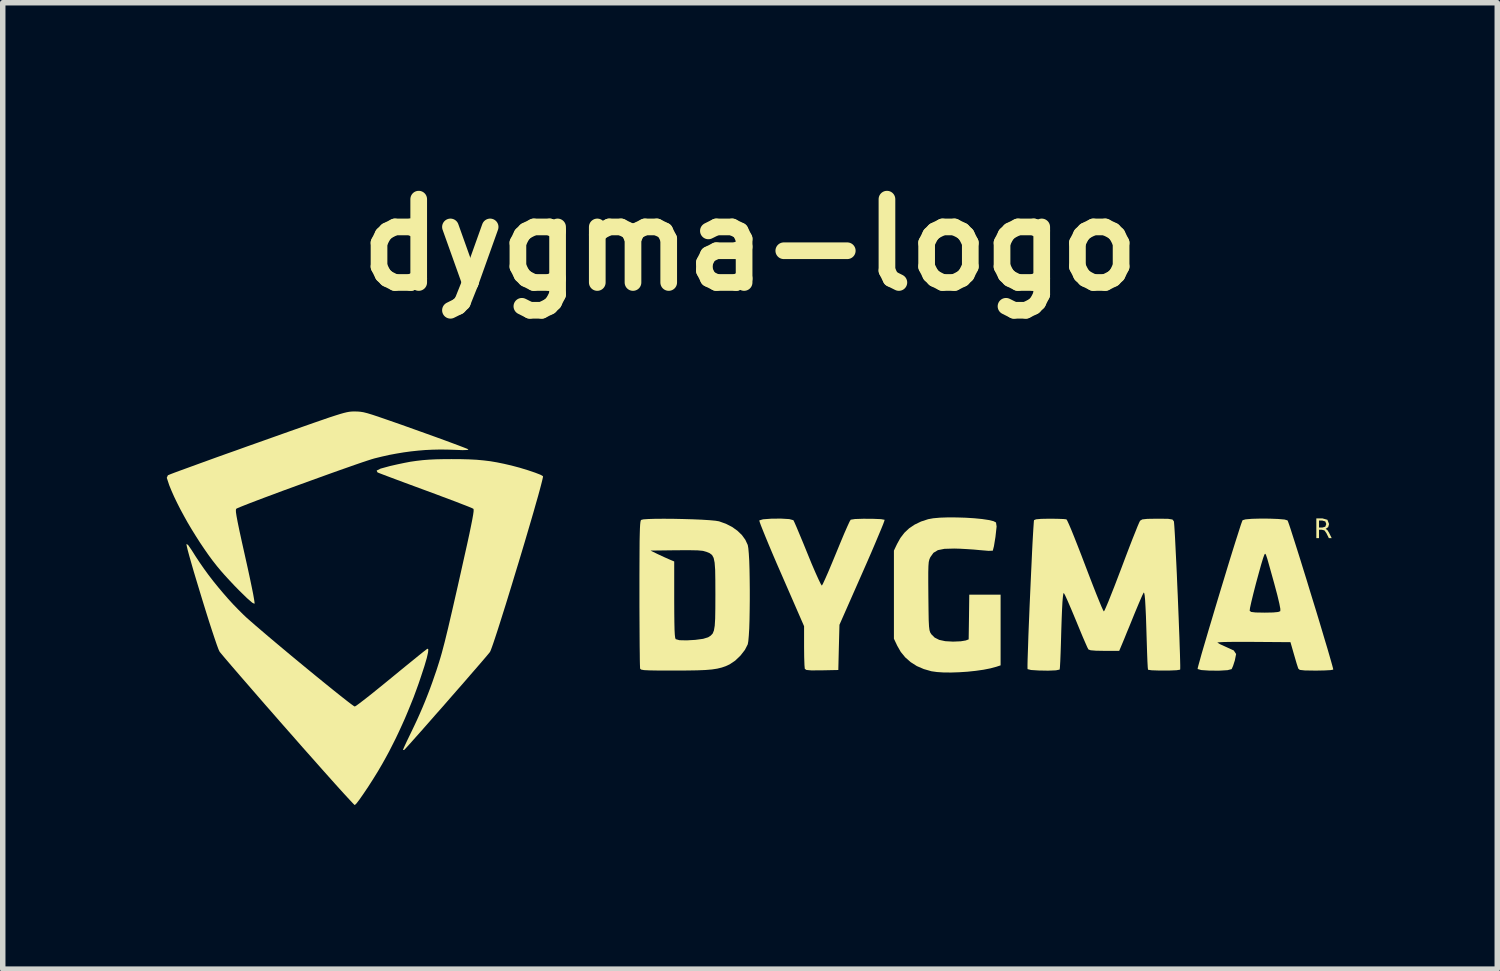
<source format=kicad_pcb>
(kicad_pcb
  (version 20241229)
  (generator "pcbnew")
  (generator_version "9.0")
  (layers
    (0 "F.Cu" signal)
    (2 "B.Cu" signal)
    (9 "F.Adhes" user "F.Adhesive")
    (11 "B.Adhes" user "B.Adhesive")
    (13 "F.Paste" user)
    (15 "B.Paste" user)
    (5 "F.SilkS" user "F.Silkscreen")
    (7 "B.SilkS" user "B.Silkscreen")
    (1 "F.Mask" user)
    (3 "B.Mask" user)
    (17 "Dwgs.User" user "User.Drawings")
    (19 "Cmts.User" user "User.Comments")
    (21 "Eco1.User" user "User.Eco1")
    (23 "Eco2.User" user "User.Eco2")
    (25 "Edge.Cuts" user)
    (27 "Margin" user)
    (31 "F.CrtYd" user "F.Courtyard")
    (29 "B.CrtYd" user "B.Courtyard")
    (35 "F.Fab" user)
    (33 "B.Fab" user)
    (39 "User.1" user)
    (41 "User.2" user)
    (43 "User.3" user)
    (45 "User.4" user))
  (footprint "dygma-logo"
    (layer "F.Cu")
    (at 10.667 8.074)
    (property "Reference" "dygma-logo" (at 0 -6.647 0) (layer "F.SilkS") (effects (font (size 1.524 1.524) (thickness 0.305))))
    (attr smd)
    (fp_poly (pts (xy 10.527 -1.452) (xy 10.405 -1.476) (xy 10.466 -1.476) (xy 10.52 -1.492) (xy 10.538 -1.54) (xy 10.52 -1.588) (xy 10.466 -1.604) (xy 10.405 -1.604) (xy 10.405 -1.604) (xy 10.405 -1.476) (xy 10.527 -1.452) (xy 10.558 -1.43) (xy 10.588 -1.382) (xy 10.637 -1.283) (xy 10.585 -1.283) (xy 10.539 -1.376) (xy 10.504 -1.424) (xy 10.458 -1.436) (xy 10.405 -1.436) (xy 10.405 -1.283) (xy 10.356 -1.283) (xy 10.356 -1.644) (xy 10.466 -1.644) (xy 10.559 -1.618) (xy 10.589 -1.54) (xy 10.573 -1.484) (xy 10.527 -1.452)) (stroke (width 0) (type solid)) (fill yes) (layer "F.SilkS"))
    (fp_poly (pts (xy 1.001 1.107) (xy 0.995 1.038) (xy 0.99 0.892) (xy 0.988 0.7) (xy 0.988 0.328) (xy 0.573 -0.624) (xy 0.489 -0.816) (xy 0.412 -0.996) (xy 0.343 -1.16) (xy 0.283 -1.305) (xy 0.234 -1.426) (xy 0.197 -1.519) (xy 0.175 -1.581) (xy 0.169 -1.607) (xy 0.237 -1.627) (xy 0.386 -1.638) (xy 0.563 -1.64) (xy 0.716 -1.631) (xy 0.792 -1.611) (xy 0.811 -1.573) (xy 0.851 -1.482) (xy 0.907 -1.348) (xy 0.976 -1.183) (xy 1.052 -0.996) (xy 1.128 -0.81) (xy 1.197 -0.65) (xy 1.254 -0.524) (xy 1.294 -0.442) (xy 1.313 -0.414) (xy 1.332 -0.447) (xy 1.372 -0.533) (xy 1.429 -0.662) (xy 1.498 -0.826) (xy 1.575 -1.012) (xy 1.652 -1.199) (xy 1.721 -1.364) (xy 1.779 -1.496) (xy 1.82 -1.585) (xy 1.841 -1.62) (xy 1.919 -1.632) (xy 2.071 -1.637) (xy 2.247 -1.636) (xy 2.394 -1.63) (xy 2.461 -1.618) (xy 2.455 -1.595) (xy 2.433 -1.535) (xy 2.396 -1.444) (xy 2.346 -1.325) (xy 2.286 -1.182) (xy 2.216 -1.018) (xy 2.138 -0.839) (xy 2.054 -0.648) (xy 1.635 0.302) (xy 1.624 0.716) (xy 1.614 1.129) (xy 1.314 1.135) (xy 1.12 1.136) (xy 1.03 1.128) (xy 1.001 1.107) (xy 1.001 1.107)) (stroke (width 0) (type solid)) (fill yes) (layer "F.SilkS"))
    (fp_poly (pts (xy 3.318 1.152) (xy 3.178 1.112) (xy 3.05 1.057) (xy 2.937 0.985) (xy 2.838 0.898) (xy 2.756 0.798) (xy 2.691 0.684) (xy 2.631 0.557) (xy 2.631 -0.249) (xy 2.631 -1.055) (xy 2.688 -1.175) (xy 2.749 -1.285) (xy 2.822 -1.38) (xy 2.909 -1.462) (xy 3.01 -1.53) (xy 3.126 -1.586) (xy 3.257 -1.629) (xy 3.35 -1.646) (xy 3.475 -1.657) (xy 3.621 -1.662) (xy 3.78 -1.661) (xy 3.943 -1.656) (xy 4.101 -1.646) (xy 4.244 -1.632) (xy 4.364 -1.614) (xy 4.452 -1.593) (xy 4.498 -1.569) (xy 4.509 -1.495) (xy 4.488 -1.305) (xy 4.46 -1.134) (xy 4.439 -1.053) (xy 4.362 -1.05) (xy 4.196 -1.064) (xy 4.089 -1.074) (xy 3.966 -1.082) (xy 3.842 -1.089) (xy 3.734 -1.092) (xy 3.556 -1.087) (xy 3.435 -1.063) (xy 3.354 -1.014) (xy 3.297 -0.934) (xy 3.28 -0.895) (xy 3.268 -0.846) (xy 3.262 -0.771) (xy 3.259 -0.653) (xy 3.259 -0.475) (xy 3.261 -0.221) (xy 3.264 0.038) (xy 3.267 0.217) (xy 3.273 0.332) (xy 3.282 0.402) (xy 3.295 0.443) (xy 3.315 0.475) (xy 3.376 0.536) (xy 3.459 0.578) (xy 3.57 0.602) (xy 3.712 0.61) (xy 3.854 0.604) (xy 3.944 0.589) (xy 3.998 0.569) (xy 4.004 0.16) (xy 4.009 -0.249) (xy 4.296 -0.249) (xy 4.582 -0.249) (xy 4.582 0.397) (xy 4.582 1.044) (xy 4.5 1.071) (xy 4.395 1.099) (xy 4.269 1.124) (xy 4.128 1.144) (xy 3.978 1.16) (xy 3.826 1.17) (xy 3.678 1.175) (xy 3.539 1.174) (xy 3.418 1.166) (xy 3.318 1.152) (xy 3.318 1.152)) (stroke (width 0) (type solid)) (fill yes) (layer "F.SilkS"))
    (fp_poly (pts (xy 9.697 0.053) (xy 8.293 0.714) (xy 8.337 0.565) (xy 8.385 0.401) (xy 8.438 0.225) (xy 8.493 0.04) (xy 8.55 -0.15) (xy 8.608 -0.342) (xy 8.666 -0.532) (xy 8.722 -0.717) (xy 8.776 -0.894) (xy 8.827 -1.058) (xy 8.874 -1.208) (xy 8.916 -1.339) (xy 8.951 -1.449) (xy 8.978 -1.533) (xy 8.998 -1.588) (xy 9.008 -1.611) (xy 9.062 -1.626) (xy 9.179 -1.636) (xy 9.334 -1.64) (xy 9.502 -1.639) (xy 9.657 -1.633) (xy 9.774 -1.623) (xy 9.829 -1.607) (xy 9.839 -1.584) (xy 9.859 -1.528) (xy 9.887 -1.444) (xy 9.922 -1.334) (xy 9.964 -1.203) (xy 10.012 -1.052) (xy 10.064 -0.887) (xy 10.119 -0.709) (xy 10.177 -0.523) (xy 10.235 -0.332) (xy 10.294 -0.14) (xy 10.353 0.051) (xy 10.409 0.236) (xy 10.462 0.413) (xy 10.511 0.578) (xy 10.556 0.727) (xy 10.594 0.858) (xy 10.625 0.966) (xy 10.648 1.048) (xy 10.662 1.101) (xy 10.665 1.122) (xy 10.617 1.131) (xy 10.503 1.137) (xy 10.347 1.14) (xy 10.146 1.137) (xy 10.054 1.127) (xy 10.026 1.103) (xy 9.996 1.011) (xy 9.947 0.843) (xy 9.883 0.62) (xy 9.208 0.615) (xy 8.996 0.614) (xy 8.812 0.615) (xy 8.669 0.617) (xy 8.576 0.622) (xy 8.545 0.627) (xy 8.595 0.657) (xy 8.7 0.705) (xy 8.846 0.772) (xy 8.889 0.837) (xy 8.866 0.953) (xy 8.833 1.055) (xy 8.807 1.113) (xy 8.732 1.132) (xy 8.579 1.141) (xy 8.401 1.14) (xy 8.252 1.13) (xy 8.185 1.111) (xy 8.185 1.111) (xy 8.188 1.089) (xy 8.202 1.035) (xy 8.225 0.953) (xy 8.255 0.844) (xy 8.293 0.714) (xy 9.697 0.053) (xy 9.698 0.012) (xy 9.68 -0.084) (xy 9.643 -0.24) (xy 9.585 -0.457) (xy 9.507 -0.737) (xy 9.46 -0.903) (xy 9.434 -0.981) (xy 9.419 -0.998) (xy 9.406 -0.981) (xy 9.383 -0.918) (xy 9.346 -0.796) (xy 9.301 -0.634) (xy 9.252 -0.454) (xy 9.206 -0.275) (xy 9.168 -0.119) (xy 9.143 -0.005) (xy 9.137 0.046) (xy 9.164 0.067) (xy 9.245 0.077) (xy 9.413 0.08) (xy 9.566 0.077) (xy 9.658 0.068) (xy 9.697 0.053)) (stroke (width 0) (type solid)) (fill yes) (layer "F.SilkS"))
    (fp_poly (pts (xy -0.767 0.531) (xy -0.01 0.213) (xy -0.015 0.371) (xy -0.023 0.503) (xy -0.032 0.602) (xy -0.042 0.659) (xy -0.094 0.761) (xy -0.175 0.865) (xy -0.272 0.958) (xy -0.374 1.026) (xy -0.445 1.059) (xy -0.518 1.084) (xy -0.6 1.104) (xy -0.697 1.119) (xy -0.817 1.129) (xy -0.966 1.135) (xy -1.151 1.138) (xy -1.379 1.139) (xy -1.653 1.139) (xy -1.833 1.136) (xy -1.94 1.131) (xy -1.992 1.121) (xy -2.01 1.106) (xy -2.012 1.083) (xy -2.014 1.027) (xy -2.016 0.942) (xy -2.017 0.829) (xy -2.019 0.691) (xy -2.02 0.533) (xy -2.021 0.355) (xy -2.022 0.163) (xy -2.023 -0.043) (xy -2.023 -0.259) (xy -2.023 -0.576) (xy -2.022 -0.84) (xy -2.021 -1.055) (xy -2.02 -1.227) (xy -2.017 -1.361) (xy -2.014 -1.46) (xy -2.01 -1.531) (xy -2.005 -1.577) (xy -1.999 -1.604) (xy -1.991 -1.616) (xy -1.951 -1.626) (xy -1.862 -1.632) (xy -1.735 -1.636) (xy -1.58 -1.637) (xy -1.407 -1.636) (xy -1.226 -1.632) (xy -1.049 -1.627) (xy -0.884 -1.62) (xy -0.742 -1.611) (xy -0.633 -1.601) (xy -0.567 -1.59) (xy -0.441 -1.545) (xy -0.328 -1.487) (xy -0.231 -1.418) (xy -0.149 -1.339) (xy -0.086 -1.252) (xy -0.042 -1.157) (xy -0.032 -1.1) (xy -0.023 -1.001) (xy -0.015 -0.869) (xy -0.01 -0.711) (xy -0.007 -0.534) (xy -0.005 -0.345) (xy -0.005 -0.153) (xy -0.007 0.035) (xy -0.01 0.213) (xy -0.767 0.531) (xy -0.719 0.5) (xy -0.684 0.463) (xy -0.661 0.407) (xy -0.646 0.32) (xy -0.638 0.19) (xy -0.635 0.004) (xy -0.634 -0.249) (xy -0.635 -0.512) (xy -0.638 -0.702) (xy -0.648 -0.835) (xy -0.666 -0.921) (xy -0.695 -0.974) (xy -0.738 -1.007) (xy -0.798 -1.032) (xy -0.862 -1.05) (xy -0.959 -1.059) (xy -1.114 -1.062) (xy -1.355 -1.061) (xy -1.821 -1.055) (xy -1.684 -0.988) (xy -1.563 -0.932) (xy -1.466 -0.889) (xy -1.387 -0.856) (xy -1.387 -0.159) (xy -1.386 0.077) (xy -1.384 0.259) (xy -1.381 0.393) (xy -1.376 0.485) (xy -1.369 0.541) (xy -1.36 0.565) (xy -1.291 0.584) (xy -1.159 0.587) (xy -1.002 0.578) (xy -0.859 0.559) (xy -0.767 0.531)) (stroke (width 0) (type solid)) (fill yes) (layer "F.SilkS"))
    (fp_poly (pts (xy -8.453 2.236) (xy -8.593 2.077) (xy -8.728 1.922) (xy -8.859 1.773) (xy -8.984 1.629) (xy -9.102 1.493) (xy -9.212 1.366) (xy -9.314 1.249) (xy -9.406 1.142) (xy -9.488 1.047) (xy -9.558 0.965) (xy -9.616 0.897) (xy -9.66 0.844) (xy -9.69 0.808) (xy -9.704 0.789) (xy -9.722 0.749) (xy -9.752 0.668) (xy -9.791 0.554) (xy -9.838 0.413) (xy -9.891 0.25) (xy -9.947 0.072) (xy -10.005 -0.115) (xy -10.063 -0.305) (xy -10.119 -0.49) (xy -10.172 -0.666) (xy -10.218 -0.826) (xy -10.257 -0.963) (xy -10.286 -1.071) (xy -10.303 -1.144) (xy -10.307 -1.177) (xy -10.276 -1.156) (xy -10.215 -1.068) (xy -10.143 -0.954) (xy -10.067 -0.839) (xy -9.988 -0.725) (xy -9.905 -0.611) (xy -9.819 -0.499) (xy -9.73 -0.389) (xy -9.639 -0.281) (xy -9.547 -0.175) (xy -9.453 -0.072) (xy -9.357 0.027) (xy -9.261 0.122) (xy -9.208 0.172) (xy -9.133 0.238) (xy -9.04 0.319) (xy -8.93 0.413) (xy -8.808 0.517) (xy -8.674 0.63) (xy -8.533 0.748) (xy -8.387 0.87) (xy -8.238 0.993) (xy -8.09 1.115) (xy -7.945 1.234) (xy -7.806 1.347) (xy -7.675 1.453) (xy -7.556 1.549) (xy -7.451 1.632) (xy -7.363 1.701) (xy -7.295 1.753) (xy -7.249 1.786) (xy -7.229 1.797) (xy -7.204 1.783) (xy -7.149 1.743) (xy -7.068 1.681) (xy -6.964 1.6) (xy -6.842 1.502) (xy -6.706 1.392) (xy -6.559 1.272) (xy -6.413 1.152) (xy -6.277 1.041) (xy -6.156 0.943) (xy -6.054 0.86) (xy -5.974 0.796) (xy -5.921 0.755) (xy -5.899 0.739) (xy -5.884 0.752) (xy -5.889 0.809) (xy -5.912 0.91) (xy -5.955 1.057) (xy -6.019 1.252) (xy -6.062 1.379) (xy -6.108 1.506) (xy -6.155 1.633) (xy -6.206 1.76) (xy -6.258 1.887) (xy -6.311 2.013) (xy -6.367 2.138) (xy -6.424 2.262) (xy -6.482 2.384) (xy -6.542 2.503) (xy -6.602 2.621) (xy -6.664 2.735) (xy -6.726 2.846) (xy -6.805 2.981) (xy -6.894 3.125) (xy -6.985 3.267) (xy -7.072 3.396) (xy -7.146 3.502) (xy -7.201 3.573) (xy -7.229 3.599) (xy -7.24 3.59) (xy -7.267 3.563) (xy -7.308 3.519) (xy -7.363 3.46) (xy -7.431 3.386) (xy -7.51 3.299) (xy -7.6 3.199) (xy -7.7 3.087) (xy -7.809 2.965) (xy -7.925 2.834) (xy -8.049 2.694) (xy -8.179 2.548) (xy -8.314 2.394) (xy -8.453 2.236)) (stroke (width 0) (type solid)) (fill yes) (layer "F.SilkS"))
    (fp_poly (pts (xy -9.343 -0.325) (xy -9.433 -0.417) (xy -9.525 -0.515) (xy -9.613 -0.611) (xy -9.689 -0.698) (xy -9.748 -0.769) (xy -9.826 -0.868) (xy -9.904 -0.974) (xy -9.982 -1.086) (xy -10.06 -1.202) (xy -10.136 -1.321) (xy -10.211 -1.442) (xy -10.283 -1.563) (xy -10.351 -1.685) (xy -10.416 -1.805) (xy -10.476 -1.923) (xy -10.531 -2.037) (xy -10.58 -2.147) (xy -10.622 -2.25) (xy -10.667 -2.386) (xy -10.647 -2.432) (xy -10.63 -2.439) (xy -10.589 -2.456) (xy -10.526 -2.48) (xy -10.442 -2.511) (xy -10.338 -2.549) (xy -10.217 -2.593) (xy -10.08 -2.643) (xy -9.928 -2.698) (xy -9.763 -2.758) (xy -9.587 -2.821) (xy -9.4 -2.887) (xy -9.206 -2.957) (xy -9.005 -3.028) (xy -8.687 -3.141) (xy -8.414 -3.238) (xy -8.181 -3.32) (xy -7.985 -3.389) (xy -7.823 -3.445) (xy -7.69 -3.491) (xy -7.582 -3.526) (xy -7.496 -3.553) (xy -7.429 -3.572) (xy -7.375 -3.585) (xy -7.332 -3.593) (xy -7.296 -3.597) (xy -7.262 -3.599) (xy -7.228 -3.599) (xy -7.177 -3.598) (xy -7.127 -3.594) (xy -7.07 -3.585) (xy -6.998 -3.567) (xy -6.903 -3.538) (xy -6.775 -3.495) (xy -6.607 -3.437) (xy -6.389 -3.361) (xy -6.115 -3.263) (xy -5.925 -3.195) (xy -5.747 -3.131) (xy -5.585 -3.072) (xy -5.442 -3.019) (xy -5.324 -2.975) (xy -5.233 -2.94) (xy -5.174 -2.917) (xy -5.15 -2.905) (xy -5.169 -2.895) (xy -5.257 -2.892) (xy -5.416 -2.898) (xy -5.546 -2.902) (xy -5.677 -2.903) (xy -5.808 -2.9) (xy -5.939 -2.894) (xy -6.07 -2.883) (xy -6.202 -2.869) (xy -6.334 -2.851) (xy -6.466 -2.829) (xy -6.6 -2.804) (xy -6.733 -2.774) (xy -6.868 -2.741) (xy -6.919 -2.726) (xy -6.997 -2.701) (xy -7.099 -2.667) (xy -7.221 -2.625) (xy -7.36 -2.576) (xy -7.514 -2.522) (xy -7.679 -2.463) (xy -7.851 -2.401) (xy -8.028 -2.337) (xy -8.207 -2.272) (xy -8.385 -2.207) (xy -8.558 -2.144) (xy -8.723 -2.082) (xy -8.877 -2.025) (xy -9.017 -1.972) (xy -9.14 -1.925) (xy -9.242 -1.885) (xy -9.322 -1.853) (xy -9.374 -1.831) (xy -9.397 -1.819) (xy -9.403 -1.8) (xy -9.402 -1.757) (xy -9.391 -1.684) (xy -9.37 -1.572) (xy -9.338 -1.417) (xy -9.293 -1.211) (xy -9.234 -0.947) (xy -9.187 -0.736) (xy -9.147 -0.551) (xy -9.114 -0.392) (xy -9.088 -0.264) (xy -9.071 -0.167) (xy -9.062 -0.106) (xy -9.063 -0.081) (xy -9.105 -0.103) (xy -9.202 -0.187) (xy -9.343 -0.325)) (stroke (width 0) (type solid)) (fill yes) (layer "F.SilkS"))
    (fp_poly (pts (xy -6.348 2.59) (xy -6.328 2.542) (xy -6.275 2.428) (xy -6.201 2.275) (xy -6.144 2.156) (xy -6.09 2.041) (xy -6.039 1.927) (xy -5.99 1.814) (xy -5.943 1.701) (xy -5.898 1.587) (xy -5.853 1.47) (xy -5.809 1.349) (xy -5.766 1.224) (xy -5.737 1.141) (xy -5.711 1.06) (xy -5.686 0.981) (xy -5.661 0.899) (xy -5.636 0.812) (xy -5.611 0.717) (xy -5.583 0.611) (xy -5.554 0.492) (xy -5.521 0.357) (xy -5.485 0.202) (xy -5.444 0.026) (xy -5.398 -0.175) (xy -5.346 -0.403) (xy -5.288 -0.661) (xy -5.226 -0.939) (xy -5.174 -1.171) (xy -5.133 -1.36) (xy -5.102 -1.511) (xy -5.079 -1.627) (xy -5.064 -1.712) (xy -5.056 -1.77) (xy -5.055 -1.804) (xy -5.06 -1.819) (xy -5.088 -1.833) (xy -5.158 -1.862) (xy -5.264 -1.903) (xy -5.4 -1.956) (xy -5.561 -2.016) (xy -5.741 -2.084) (xy -5.936 -2.156) (xy -6.131 -2.228) (xy -6.312 -2.295) (xy -6.473 -2.355) (xy -6.609 -2.406) (xy -6.715 -2.446) (xy -6.785 -2.473) (xy -6.814 -2.486) (xy -6.829 -2.518) (xy -6.757 -2.554) (xy -6.585 -2.601) (xy -6.449 -2.632) (xy -6.325 -2.658) (xy -6.21 -2.68) (xy -6.098 -2.696) (xy -5.986 -2.709) (xy -5.871 -2.718) (xy -5.747 -2.724) (xy -5.611 -2.727) (xy -5.458 -2.728) (xy -5.29 -2.727) (xy -5.139 -2.723) (xy -5.002 -2.716) (xy -4.873 -2.704) (xy -4.75 -2.689) (xy -4.627 -2.668) (xy -4.5 -2.642) (xy -4.366 -2.611) (xy -4.215 -2.571) (xy -4.064 -2.525) (xy -3.931 -2.48) (xy -3.833 -2.442) (xy -3.787 -2.416) (xy -3.788 -2.396) (xy -3.799 -2.347) (xy -3.818 -2.271) (xy -3.844 -2.172) (xy -3.877 -2.051) (xy -3.917 -1.912) (xy -3.961 -1.756) (xy -4.01 -1.588) (xy -4.063 -1.408) (xy -4.118 -1.221) (xy -4.176 -1.027) (xy -4.235 -0.831) (xy -4.295 -0.635) (xy -4.354 -0.44) (xy -4.412 -0.251) (xy -4.468 -0.069) (xy -4.522 0.102) (xy -4.572 0.261) (xy -4.618 0.405) (xy -4.659 0.53) (xy -4.694 0.635) (xy -4.723 0.717) (xy -4.744 0.773) (xy -4.757 0.8) (xy -4.782 0.831) (xy -4.833 0.892) (xy -4.906 0.977) (xy -4.998 1.084) (xy -5.106 1.208) (xy -5.225 1.346) (xy -5.353 1.492) (xy -5.486 1.644) (xy -5.62 1.798) (xy -5.753 1.948) (xy -5.879 2.092) (xy -5.997 2.226) (xy -6.102 2.344) (xy -6.191 2.444) (xy -6.261 2.522) (xy -6.307 2.572) (xy -6.327 2.592) (xy -6.348 2.59) (xy -6.348 2.59)) (stroke (width 0) (type solid)) (fill yes) (layer "F.SilkS"))
    (fp_poly (pts (xy 5.075 1.113) (xy 5.074 1.088) (xy 5.074 1.028) (xy 5.076 0.936) (xy 5.08 0.817) (xy 5.085 0.674) (xy 5.09 0.512) (xy 5.097 0.334) (xy 5.105 0.145) (xy 5.113 -0.053) (xy 5.122 -0.254) (xy 5.131 -0.455) (xy 5.14 -0.652) (xy 5.149 -0.841) (xy 5.157 -1.018) (xy 5.165 -1.179) (xy 5.173 -1.321) (xy 5.18 -1.439) (xy 5.186 -1.529) (xy 5.19 -1.588) (xy 5.194 -1.612) (xy 5.231 -1.627) (xy 5.324 -1.635) (xy 5.483 -1.638) (xy 5.624 -1.636) (xy 5.733 -1.632) (xy 5.786 -1.626) (xy 5.801 -1.602) (xy 5.831 -1.537) (xy 5.874 -1.437) (xy 5.927 -1.306) (xy 5.989 -1.149) (xy 6.058 -0.972) (xy 6.132 -0.778) (xy 6.205 -0.587) (xy 6.273 -0.411) (xy 6.334 -0.256) (xy 6.387 -0.126) (xy 6.428 -0.027) (xy 6.457 0.036) (xy 6.47 0.058) (xy 6.484 0.037) (xy 6.511 -0.024) (xy 6.552 -0.12) (xy 6.602 -0.246) (xy 6.662 -0.397) (xy 6.727 -0.567) (xy 6.798 -0.753) (xy 6.868 -0.939) (xy 6.934 -1.112) (xy 6.994 -1.267) (xy 7.047 -1.399) (xy 7.088 -1.502) (xy 7.118 -1.571) (xy 7.133 -1.601) (xy 7.173 -1.625) (xy 7.264 -1.635) (xy 7.448 -1.638) (xy 7.644 -1.636) (xy 7.725 -1.623) (xy 7.751 -1.59) (xy 7.754 -1.564) (xy 7.759 -1.503) (xy 7.765 -1.41) (xy 7.772 -1.291) (xy 7.779 -1.149) (xy 7.787 -0.987) (xy 7.796 -0.81) (xy 7.805 -0.621) (xy 7.813 -0.425) (xy 7.822 -0.225) (xy 7.83 -0.025) (xy 7.838 0.171) (xy 7.845 0.359) (xy 7.852 0.535) (xy 7.857 0.695) (xy 7.862 0.835) (xy 7.865 0.952) (xy 7.867 1.042) (xy 7.867 1.1) (xy 7.865 1.123) (xy 7.801 1.133) (xy 7.657 1.139) (xy 7.487 1.139) (xy 7.343 1.134) (xy 7.278 1.124) (xy 7.273 1.079) (xy 7.267 0.969) (xy 7.261 0.811) (xy 7.255 0.62) (xy 7.247 0.359) (xy 7.24 0.145) (xy 7.232 -0.024) (xy 7.225 -0.149) (xy 7.217 -0.234) (xy 7.208 -0.279) (xy 7.199 -0.288) (xy 7.17 -0.229) (xy 7.111 -0.093) (xy 7.034 0.091) (xy 6.985 0.212) (xy 6.935 0.335) (xy 6.888 0.448) (xy 6.849 0.545) (xy 6.82 0.615) (xy 6.751 0.779) (xy 6.48 0.779) (xy 6.323 0.776) (xy 6.228 0.768) (xy 6.188 0.753) (xy 6.17 0.719) (xy 6.135 0.64) (xy 6.085 0.525) (xy 6.026 0.383) (xy 5.96 0.223) (xy 5.878 0.027) (xy 5.809 -0.133) (xy 5.76 -0.241) (xy 5.737 -0.281) (xy 5.729 -0.263) (xy 5.721 -0.207) (xy 5.713 -0.114) (xy 5.706 0.017) (xy 5.699 0.188) (xy 5.692 0.398) (xy 5.685 0.649) (xy 5.679 0.827) (xy 5.673 0.975) (xy 5.667 1.078) (xy 5.662 1.121) (xy 5.594 1.135) (xy 5.45 1.141) (xy 5.281 1.138) (xy 5.139 1.129) (xy 5.075 1.113) (xy 5.075 1.113)) (stroke (width 0) (type solid)) (fill yes) (layer "F.SilkS")))
  (gr_rect
    (start -3 -3)
    (end 24.332 14.673)
    (stroke (width 0.1) (type default))
    (fill no)
    (layer "Edge.Cuts")))
</source>
